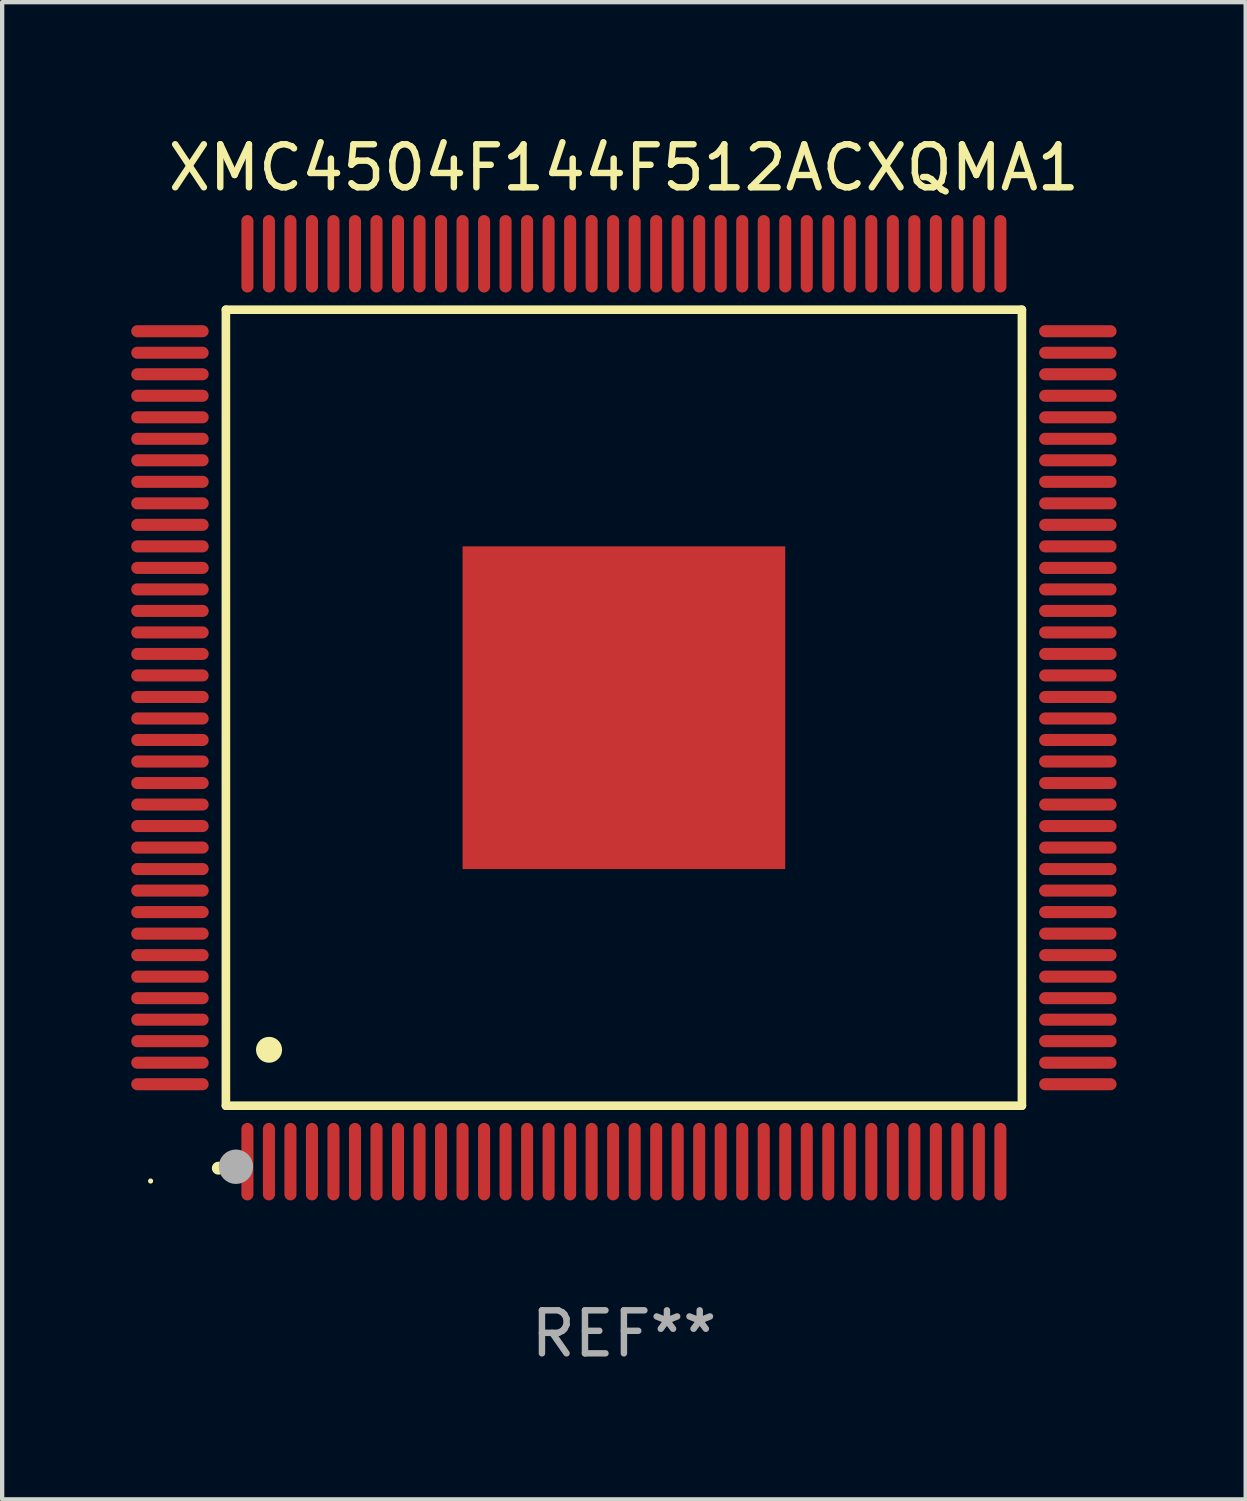
<source format=kicad_pcb>
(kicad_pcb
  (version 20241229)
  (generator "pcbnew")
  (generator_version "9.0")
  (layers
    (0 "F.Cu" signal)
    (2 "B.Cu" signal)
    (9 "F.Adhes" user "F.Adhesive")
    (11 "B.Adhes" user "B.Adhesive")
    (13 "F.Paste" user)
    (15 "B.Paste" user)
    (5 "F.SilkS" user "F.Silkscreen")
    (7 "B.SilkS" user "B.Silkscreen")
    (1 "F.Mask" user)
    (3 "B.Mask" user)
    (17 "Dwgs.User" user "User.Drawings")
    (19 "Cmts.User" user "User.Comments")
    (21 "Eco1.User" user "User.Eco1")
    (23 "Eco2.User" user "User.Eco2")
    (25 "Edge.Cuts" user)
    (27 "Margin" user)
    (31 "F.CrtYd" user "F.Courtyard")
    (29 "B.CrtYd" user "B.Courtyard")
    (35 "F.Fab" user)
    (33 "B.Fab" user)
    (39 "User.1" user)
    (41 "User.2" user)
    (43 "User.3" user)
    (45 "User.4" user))
  (footprint "XMC4504F144F512ACXQMA1"
    (layer "F.Cu")
    (at 11.45 13.398)
    (property "Reference" "XMC4504F144F512ACXQMA1" (at 0 -12.55 0) (layer "F.SilkS") (effects (font (size 1 1) (thickness 0.15))))
    (attr through_hole)
    (fp_line (start -9.25 -9.25) (end 9.25 -9.25) (stroke (width 0.2) (type solid)) (layer "F.SilkS"))
    (fp_line (start -9.25 9.25) (end -9.25 -9.25) (stroke (width 0.2) (type solid)) (layer "F.SilkS"))
    (fp_line (start 9.25 -9.25) (end 9.25 9.25) (stroke (width 0.2) (type solid)) (layer "F.SilkS"))
    (fp_line (start 9.25 9.25) (end -9.25 9.25) (stroke (width 0.2) (type solid)) (layer "F.SilkS"))
    (fp_arc (start -9.425959 10.701041) (mid -9.424689 10.701036) (end -9.423419 10.701041) (stroke (width 0.3) (type solid)) (layer "F.SilkS"))
    (fp_arc (start -8.249936 7.950216) (mid -8.247396 7.950205) (end -8.244856 7.950216) (stroke (width 0.6) (type solid)) (layer "F.SilkS"))
    (fp_circle (center -11 11) (end -10.97 11) (stroke (width 0.06) (type solid)) (fill no) (layer "F.SilkS"))
    (fp_circle (center -9.017 10.668) (end -8.817 10.668) (stroke (width 0.4) (type solid)) (fill no) (layer "F.Fab"))
    (fp_text user "REF**" (at 0 14.55 0) (layer "F.Fab") (effects (font (size 1 1) (thickness 0.15))))
    (pad "1" smd oval (at -8.75 10.55 180) (size 0.28 1.8) (layers "F.Cu" "F.Mask" "F.Paste"))
    (pad "2" smd oval (at -8.25 10.55 180) (size 0.28 1.8) (layers "F.Cu" "F.Mask" "F.Paste"))
    (pad "3" smd oval (at -7.75 10.55 180) (size 0.28 1.8) (layers "F.Cu" "F.Mask" "F.Paste"))
    (pad "4" smd oval (at -7.25 10.55 180) (size 0.28 1.8) (layers "F.Cu" "F.Mask" "F.Paste"))
    (pad "5" smd oval (at -6.75 10.55 180) (size 0.28 1.8) (layers "F.Cu" "F.Mask" "F.Paste"))
    (pad "6" smd oval (at -6.25 10.55 180) (size 0.28 1.8) (layers "F.Cu" "F.Mask" "F.Paste"))
    (pad "7" smd oval (at -5.75 10.55 180) (size 0.28 1.8) (layers "F.Cu" "F.Mask" "F.Paste"))
    (pad "8" smd oval (at -5.25 10.55 180) (size 0.28 1.8) (layers "F.Cu" "F.Mask" "F.Paste"))
    (pad "9" smd oval (at -4.75 10.55 180) (size 0.28 1.8) (layers "F.Cu" "F.Mask" "F.Paste"))
    (pad "10" smd oval (at -4.25 10.55 180) (size 0.28 1.8) (layers "F.Cu" "F.Mask" "F.Paste"))
    (pad "11" smd oval (at -3.75 10.55 180) (size 0.28 1.8) (layers "F.Cu" "F.Mask" "F.Paste"))
    (pad "12" smd oval (at -3.25 10.55 180) (size 0.28 1.8) (layers "F.Cu" "F.Mask" "F.Paste"))
    (pad "13" smd oval (at -2.75 10.55 180) (size 0.28 1.8) (layers "F.Cu" "F.Mask" "F.Paste"))
    (pad "14" smd oval (at -2.25 10.55 180) (size 0.28 1.8) (layers "F.Cu" "F.Mask" "F.Paste"))
    (pad "15" smd oval (at -1.75 10.55 180) (size 0.28 1.8) (layers "F.Cu" "F.Mask" "F.Paste"))
    (pad "16" smd oval (at -1.25 10.55 180) (size 0.28 1.8) (layers "F.Cu" "F.Mask" "F.Paste"))
    (pad "17" smd oval (at -0.75 10.55 180) (size 0.28 1.8) (layers "F.Cu" "F.Mask" "F.Paste"))
    (pad "18" smd oval (at -0.25 10.55 180) (size 0.28 1.8) (layers "F.Cu" "F.Mask" "F.Paste"))
    (pad "19" smd oval (at 0.25 10.55 180) (size 0.28 1.8) (layers "F.Cu" "F.Mask" "F.Paste"))
    (pad "20" smd oval (at 0.75 10.55 180) (size 0.28 1.8) (layers "F.Cu" "F.Mask" "F.Paste"))
    (pad "21" smd oval (at 1.25 10.55 180) (size 0.28 1.8) (layers "F.Cu" "F.Mask" "F.Paste"))
    (pad "22" smd oval (at 1.75 10.55 180) (size 0.28 1.8) (layers "F.Cu" "F.Mask" "F.Paste"))
    (pad "23" smd oval (at 2.25 10.55 180) (size 0.28 1.8) (layers "F.Cu" "F.Mask" "F.Paste"))
    (pad "24" smd oval (at 2.75 10.55 180) (size 0.28 1.8) (layers "F.Cu" "F.Mask" "F.Paste"))
    (pad "25" smd oval (at 3.25 10.55 180) (size 0.28 1.8) (layers "F.Cu" "F.Mask" "F.Paste"))
    (pad "26" smd oval (at 3.75 10.55 180) (size 0.28 1.8) (layers "F.Cu" "F.Mask" "F.Paste"))
    (pad "27" smd oval (at 4.25 10.55 180) (size 0.28 1.8) (layers "F.Cu" "F.Mask" "F.Paste"))
    (pad "28" smd oval (at 4.75 10.55 180) (size 0.28 1.8) (layers "F.Cu" "F.Mask" "F.Paste"))
    (pad "29" smd oval (at 5.25 10.55 180) (size 0.28 1.8) (layers "F.Cu" "F.Mask" "F.Paste"))
    (pad "30" smd oval (at 5.75 10.55 180) (size 0.28 1.8) (layers "F.Cu" "F.Mask" "F.Paste"))
    (pad "31" smd oval (at 6.25 10.55 180) (size 0.28 1.8) (layers "F.Cu" "F.Mask" "F.Paste"))
    (pad "32" smd oval (at 6.75 10.55 180) (size 0.28 1.8) (layers "F.Cu" "F.Mask" "F.Paste"))
    (pad "33" smd oval (at 7.25 10.55 180) (size 0.28 1.8) (layers "F.Cu" "F.Mask" "F.Paste"))
    (pad "34" smd oval (at 7.75 10.55 180) (size 0.28 1.8) (layers "F.Cu" "F.Mask" "F.Paste"))
    (pad "35" smd oval (at 8.25 10.55 180) (size 0.28 1.8) (layers "F.Cu" "F.Mask" "F.Paste"))
    (pad "36" smd oval (at 8.75 10.55 180) (size 0.28 1.8) (layers "F.Cu" "F.Mask" "F.Paste"))
    (pad "37" smd oval (at 10.55 8.75 90) (size 0.28 1.8) (layers "F.Cu" "F.Mask" "F.Paste"))
    (pad "38" smd oval (at 10.55 8.25 90) (size 0.28 1.8) (layers "F.Cu" "F.Mask" "F.Paste"))
    (pad "39" smd oval (at 10.55 7.75 90) (size 0.28 1.8) (layers "F.Cu" "F.Mask" "F.Paste"))
    (pad "40" smd oval (at 10.55 7.25 90) (size 0.28 1.8) (layers "F.Cu" "F.Mask" "F.Paste"))
    (pad "41" smd oval (at 10.55 6.75 90) (size 0.28 1.8) (layers "F.Cu" "F.Mask" "F.Paste"))
    (pad "42" smd oval (at 10.55 6.25 90) (size 0.28 1.8) (layers "F.Cu" "F.Mask" "F.Paste"))
    (pad "43" smd oval (at 10.55 5.75 90) (size 0.28 1.8) (layers "F.Cu" "F.Mask" "F.Paste"))
    (pad "44" smd oval (at 10.55 5.25 90) (size 0.28 1.8) (layers "F.Cu" "F.Mask" "F.Paste"))
    (pad "45" smd oval (at 10.55 4.75 90) (size 0.28 1.8) (layers "F.Cu" "F.Mask" "F.Paste"))
    (pad "46" smd oval (at 10.55 4.25 90) (size 0.28 1.8) (layers "F.Cu" "F.Mask" "F.Paste"))
    (pad "47" smd oval (at 10.55 3.75 90) (size 0.28 1.8) (layers "F.Cu" "F.Mask" "F.Paste"))
    (pad "48" smd oval (at 10.55 3.25 90) (size 0.28 1.8) (layers "F.Cu" "F.Mask" "F.Paste"))
    (pad "49" smd oval (at 10.55 2.75 90) (size 0.28 1.8) (layers "F.Cu" "F.Mask" "F.Paste"))
    (pad "50" smd oval (at 10.55 2.25 90) (size 0.28 1.8) (layers "F.Cu" "F.Mask" "F.Paste"))
    (pad "51" smd oval (at 10.55 1.75 90) (size 0.28 1.8) (layers "F.Cu" "F.Mask" "F.Paste"))
    (pad "52" smd oval (at 10.55 1.25 90) (size 0.28 1.8) (layers "F.Cu" "F.Mask" "F.Paste"))
    (pad "53" smd oval (at 10.55 0.75 90) (size 0.28 1.8) (layers "F.Cu" "F.Mask" "F.Paste"))
    (pad "54" smd oval (at 10.55 0.25 90) (size 0.28 1.8) (layers "F.Cu" "F.Mask" "F.Paste"))
    (pad "55" smd oval (at 10.55 -0.25 90) (size 0.28 1.8) (layers "F.Cu" "F.Mask" "F.Paste"))
    (pad "56" smd oval (at 10.55 -0.75 90) (size 0.28 1.8) (layers "F.Cu" "F.Mask" "F.Paste"))
    (pad "57" smd oval (at 10.55 -1.25 90) (size 0.28 1.8) (layers "F.Cu" "F.Mask" "F.Paste"))
    (pad "58" smd oval (at 10.55 -1.75 90) (size 0.28 1.8) (layers "F.Cu" "F.Mask" "F.Paste"))
    (pad "59" smd oval (at 10.55 -2.25 90) (size 0.28 1.8) (layers "F.Cu" "F.Mask" "F.Paste"))
    (pad "60" smd oval (at 10.55 -2.75 90) (size 0.28 1.8) (layers "F.Cu" "F.Mask" "F.Paste"))
    (pad "61" smd oval (at 10.55 -3.25 90) (size 0.28 1.8) (layers "F.Cu" "F.Mask" "F.Paste"))
    (pad "62" smd oval (at 10.55 -3.75 90) (size 0.28 1.8) (layers "F.Cu" "F.Mask" "F.Paste"))
    (pad "63" smd oval (at 10.55 -4.25 90) (size 0.28 1.8) (layers "F.Cu" "F.Mask" "F.Paste"))
    (pad "64" smd oval (at 10.55 -4.75 90) (size 0.28 1.8) (layers "F.Cu" "F.Mask" "F.Paste"))
    (pad "65" smd oval (at 10.55 -5.25 90) (size 0.28 1.8) (layers "F.Cu" "F.Mask" "F.Paste"))
    (pad "66" smd oval (at 10.55 -5.75 90) (size 0.28 1.8) (layers "F.Cu" "F.Mask" "F.Paste"))
    (pad "67" smd oval (at 10.55 -6.25 90) (size 0.28 1.8) (layers "F.Cu" "F.Mask" "F.Paste"))
    (pad "68" smd oval (at 10.55 -6.75 90) (size 0.28 1.8) (layers "F.Cu" "F.Mask" "F.Paste"))
    (pad "69" smd oval (at 10.55 -7.25 90) (size 0.28 1.8) (layers "F.Cu" "F.Mask" "F.Paste"))
    (pad "70" smd oval (at 10.55 -7.75 90) (size 0.28 1.8) (layers "F.Cu" "F.Mask" "F.Paste"))
    (pad "71" smd oval (at 10.55 -8.25 90) (size 0.28 1.8) (layers "F.Cu" "F.Mask" "F.Paste"))
    (pad "72" smd oval (at 10.55 -8.75 90) (size 0.28 1.8) (layers "F.Cu" "F.Mask" "F.Paste"))
    (pad "73" smd oval (at 8.75 -10.55 180) (size 0.28 1.8) (layers "F.Cu" "F.Mask" "F.Paste"))
    (pad "74" smd oval (at 8.25 -10.55 180) (size 0.28 1.8) (layers "F.Cu" "F.Mask" "F.Paste"))
    (pad "75" smd oval (at 7.75 -10.55 180) (size 0.28 1.8) (layers "F.Cu" "F.Mask" "F.Paste"))
    (pad "76" smd oval (at 7.25 -10.55 180) (size 0.28 1.8) (layers "F.Cu" "F.Mask" "F.Paste"))
    (pad "77" smd oval (at 6.75 -10.55 180) (size 0.28 1.8) (layers "F.Cu" "F.Mask" "F.Paste"))
    (pad "78" smd oval (at 6.25 -10.55 180) (size 0.28 1.8) (layers "F.Cu" "F.Mask" "F.Paste"))
    (pad "79" smd oval (at 5.75 -10.55 180) (size 0.28 1.8) (layers "F.Cu" "F.Mask" "F.Paste"))
    (pad "80" smd oval (at 5.25 -10.55 180) (size 0.28 1.8) (layers "F.Cu" "F.Mask" "F.Paste"))
    (pad "81" smd oval (at 4.75 -10.55 180) (size 0.28 1.8) (layers "F.Cu" "F.Mask" "F.Paste"))
    (pad "82" smd oval (at 4.25 -10.55 180) (size 0.28 1.8) (layers "F.Cu" "F.Mask" "F.Paste"))
    (pad "83" smd oval (at 3.75 -10.55 180) (size 0.28 1.8) (layers "F.Cu" "F.Mask" "F.Paste"))
    (pad "84" smd oval (at 3.25 -10.55 180) (size 0.28 1.8) (layers "F.Cu" "F.Mask" "F.Paste"))
    (pad "85" smd oval (at 2.75 -10.55 180) (size 0.28 1.8) (layers "F.Cu" "F.Mask" "F.Paste"))
    (pad "86" smd oval (at 2.25 -10.55 180) (size 0.28 1.8) (layers "F.Cu" "F.Mask" "F.Paste"))
    (pad "87" smd oval (at 1.75 -10.55 180) (size 0.28 1.8) (layers "F.Cu" "F.Mask" "F.Paste"))
    (pad "88" smd oval (at 1.25 -10.55 180) (size 0.28 1.8) (layers "F.Cu" "F.Mask" "F.Paste"))
    (pad "89" smd oval (at 0.75 -10.55 180) (size 0.28 1.8) (layers "F.Cu" "F.Mask" "F.Paste"))
    (pad "90" smd oval (at 0.25 -10.55 180) (size 0.28 1.8) (layers "F.Cu" "F.Mask" "F.Paste"))
    (pad "91" smd oval (at -0.25 -10.55 180) (size 0.28 1.8) (layers "F.Cu" "F.Mask" "F.Paste"))
    (pad "92" smd oval (at -0.75 -10.55 180) (size 0.28 1.8) (layers "F.Cu" "F.Mask" "F.Paste"))
    (pad "93" smd oval (at -1.25 -10.55 180) (size 0.28 1.8) (layers "F.Cu" "F.Mask" "F.Paste"))
    (pad "94" smd oval (at -1.75 -10.55 180) (size 0.28 1.8) (layers "F.Cu" "F.Mask" "F.Paste"))
    (pad "95" smd oval (at -2.25 -10.55 180) (size 0.28 1.8) (layers "F.Cu" "F.Mask" "F.Paste"))
    (pad "96" smd oval (at -2.75 -10.55 180) (size 0.28 1.8) (layers "F.Cu" "F.Mask" "F.Paste"))
    (pad "97" smd oval (at -3.25 -10.55 180) (size 0.28 1.8) (layers "F.Cu" "F.Mask" "F.Paste"))
    (pad "98" smd oval (at -3.75 -10.55 180) (size 0.28 1.8) (layers "F.Cu" "F.Mask" "F.Paste"))
    (pad "99" smd oval (at -4.25 -10.55 180) (size 0.28 1.8) (layers "F.Cu" "F.Mask" "F.Paste"))
    (pad "100" smd oval (at -4.75 -10.55 180) (size 0.28 1.8) (layers "F.Cu" "F.Mask" "F.Paste"))
    (pad "101" smd oval (at -5.25 -10.55 180) (size 0.28 1.8) (layers "F.Cu" "F.Mask" "F.Paste"))
    (pad "102" smd oval (at -5.75 -10.55 180) (size 0.28 1.8) (layers "F.Cu" "F.Mask" "F.Paste"))
    (pad "103" smd oval (at -6.25 -10.55 180) (size 0.28 1.8) (layers "F.Cu" "F.Mask" "F.Paste"))
    (pad "104" smd oval (at -6.75 -10.55 180) (size 0.28 1.8) (layers "F.Cu" "F.Mask" "F.Paste"))
    (pad "105" smd oval (at -7.25 -10.55 180) (size 0.28 1.8) (layers "F.Cu" "F.Mask" "F.Paste"))
    (pad "106" smd oval (at -7.75 -10.55 180) (size 0.28 1.8) (layers "F.Cu" "F.Mask" "F.Paste"))
    (pad "107" smd oval (at -8.25 -10.55 180) (size 0.28 1.8) (layers "F.Cu" "F.Mask" "F.Paste"))
    (pad "108" smd oval (at -8.75 -10.55 180) (size 0.28 1.8) (layers "F.Cu" "F.Mask" "F.Paste"))
    (pad "109" smd oval (at -10.55 -8.75 90) (size 0.28 1.8) (layers "F.Cu" "F.Mask" "F.Paste"))
    (pad "110" smd oval (at -10.55 -8.25 90) (size 0.28 1.8) (layers "F.Cu" "F.Mask" "F.Paste"))
    (pad "111" smd oval (at -10.55 -7.75 90) (size 0.28 1.8) (layers "F.Cu" "F.Mask" "F.Paste"))
    (pad "112" smd oval (at -10.55 -7.25 90) (size 0.28 1.8) (layers "F.Cu" "F.Mask" "F.Paste"))
    (pad "113" smd oval (at -10.55 -6.75 90) (size 0.28 1.8) (layers "F.Cu" "F.Mask" "F.Paste"))
    (pad "114" smd oval (at -10.55 -6.25 90) (size 0.28 1.8) (layers "F.Cu" "F.Mask" "F.Paste"))
    (pad "115" smd oval (at -10.55 -5.75 90) (size 0.28 1.8) (layers "F.Cu" "F.Mask" "F.Paste"))
    (pad "116" smd oval (at -10.55 -5.25 90) (size 0.28 1.8) (layers "F.Cu" "F.Mask" "F.Paste"))
    (pad "117" smd oval (at -10.55 -4.75 90) (size 0.28 1.8) (layers "F.Cu" "F.Mask" "F.Paste"))
    (pad "118" smd oval (at -10.55 -4.25 90) (size 0.28 1.8) (layers "F.Cu" "F.Mask" "F.Paste"))
    (pad "119" smd oval (at -10.55 -3.75 90) (size 0.28 1.8) (layers "F.Cu" "F.Mask" "F.Paste"))
    (pad "120" smd oval (at -10.55 -3.25 90) (size 0.28 1.8) (layers "F.Cu" "F.Mask" "F.Paste"))
    (pad "121" smd oval (at -10.55 -2.75 90) (size 0.28 1.8) (layers "F.Cu" "F.Mask" "F.Paste"))
    (pad "122" smd oval (at -10.55 -2.25 90) (size 0.28 1.8) (layers "F.Cu" "F.Mask" "F.Paste"))
    (pad "123" smd oval (at -10.55 -1.75 90) (size 0.28 1.8) (layers "F.Cu" "F.Mask" "F.Paste"))
    (pad "124" smd oval (at -10.55 -1.25 90) (size 0.28 1.8) (layers "F.Cu" "F.Mask" "F.Paste"))
    (pad "125" smd oval (at -10.55 -0.75 90) (size 0.28 1.8) (layers "F.Cu" "F.Mask" "F.Paste"))
    (pad "126" smd oval (at -10.55 -0.25 90) (size 0.28 1.8) (layers "F.Cu" "F.Mask" "F.Paste"))
    (pad "127" smd oval (at -10.55 0.25 90) (size 0.28 1.8) (layers "F.Cu" "F.Mask" "F.Paste"))
    (pad "128" smd oval (at -10.55 0.75 90) (size 0.28 1.8) (layers "F.Cu" "F.Mask" "F.Paste"))
    (pad "129" smd oval (at -10.55 1.25 90) (size 0.28 1.8) (layers "F.Cu" "F.Mask" "F.Paste"))
    (pad "130" smd oval (at -10.55 1.75 90) (size 0.28 1.8) (layers "F.Cu" "F.Mask" "F.Paste"))
    (pad "131" smd oval (at -10.55 2.25 90) (size 0.28 1.8) (layers "F.Cu" "F.Mask" "F.Paste"))
    (pad "132" smd oval (at -10.55 2.75 90) (size 0.28 1.8) (layers "F.Cu" "F.Mask" "F.Paste"))
    (pad "133" smd oval (at -10.55 3.25 90) (size 0.28 1.8) (layers "F.Cu" "F.Mask" "F.Paste"))
    (pad "134" smd oval (at -10.55 3.75 90) (size 0.28 1.8) (layers "F.Cu" "F.Mask" "F.Paste"))
    (pad "135" smd oval (at -10.55 4.25 90) (size 0.28 1.8) (layers "F.Cu" "F.Mask" "F.Paste"))
    (pad "136" smd oval (at -10.55 4.75 90) (size 0.28 1.8) (layers "F.Cu" "F.Mask" "F.Paste"))
    (pad "137" smd oval (at -10.55 5.25 90) (size 0.28 1.8) (layers "F.Cu" "F.Mask" "F.Paste"))
    (pad "138" smd oval (at -10.55 5.75 90) (size 0.28 1.8) (layers "F.Cu" "F.Mask" "F.Paste"))
    (pad "139" smd oval (at -10.55 6.25 90) (size 0.28 1.8) (layers "F.Cu" "F.Mask" "F.Paste"))
    (pad "140" smd oval (at -10.55 6.75 90) (size 0.28 1.8) (layers "F.Cu" "F.Mask" "F.Paste"))
    (pad "141" smd oval (at -10.55 7.25 90) (size 0.28 1.8) (layers "F.Cu" "F.Mask" "F.Paste"))
    (pad "142" smd oval (at -10.55 7.75 90) (size 0.28 1.8) (layers "F.Cu" "F.Mask" "F.Paste"))
    (pad "143" smd oval (at -10.55 8.25 90) (size 0.28 1.8) (layers "F.Cu" "F.Mask" "F.Paste"))
    (pad "144" smd oval (at -10.55 8.75 90) (size 0.28 1.8) (layers "F.Cu" "F.Mask" "F.Paste"))
    (pad "145" smd rect (at 0 0 90) (size 7.5 7.5) (layers "F.Cu" "F.Mask" "F.Paste")))
  (gr_rect
    (start -3 -3)
    (end 25.9 31.796)
    (stroke (width 0.1) (type default))
    (fill no)
    (layer "Edge.Cuts")))
</source>
